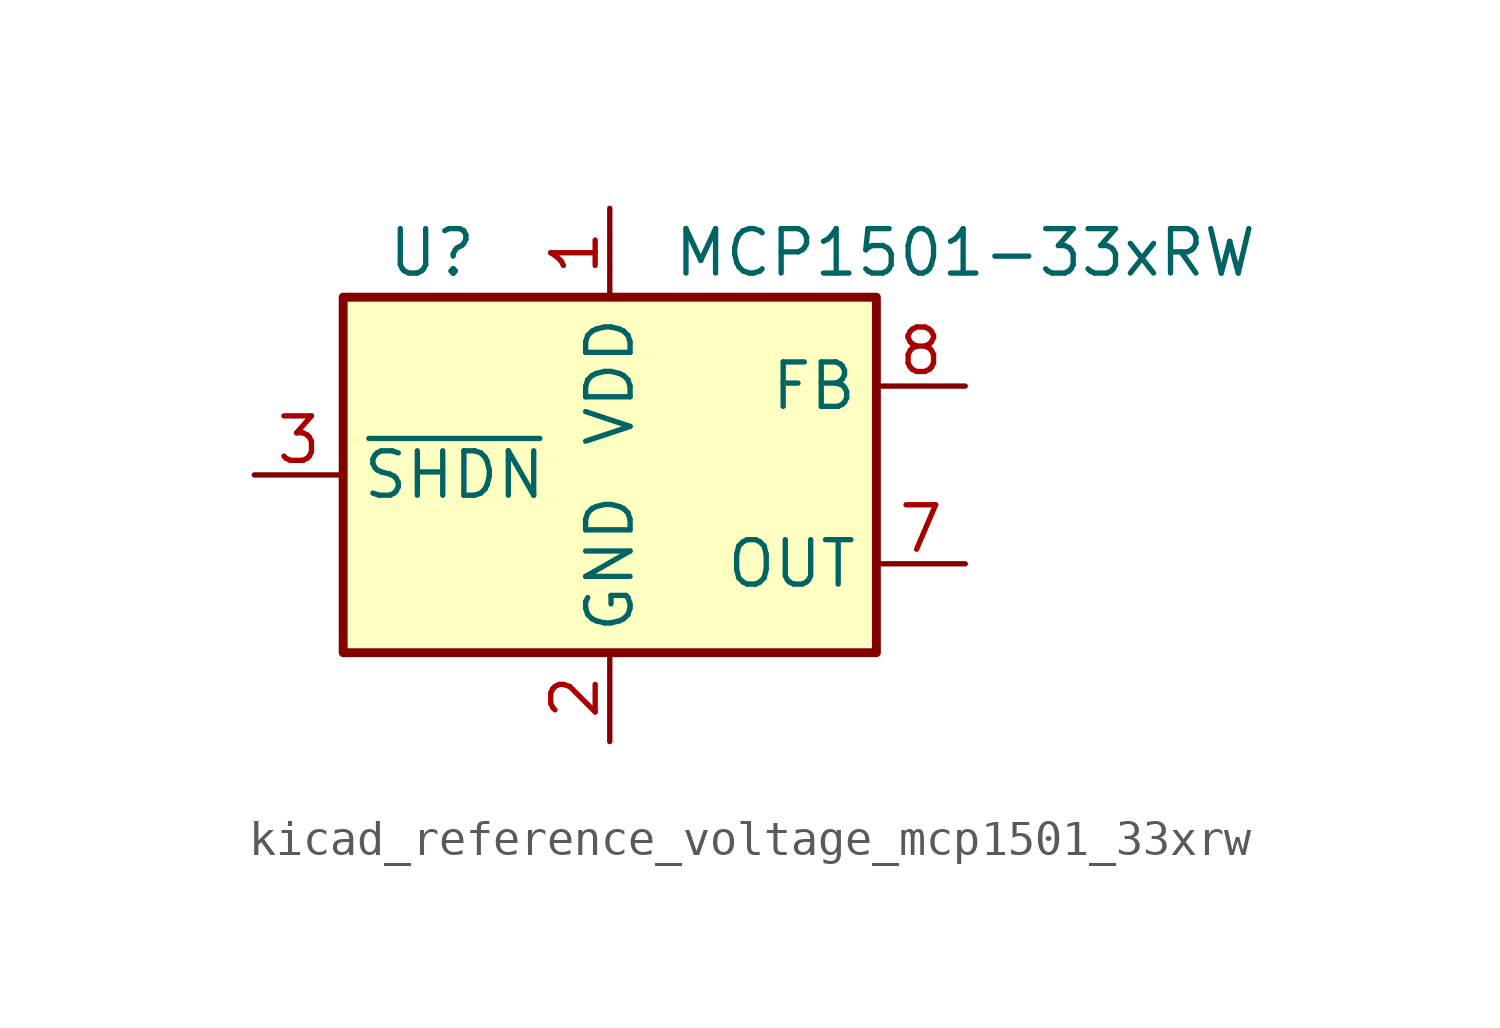
<source format=kicad_sym>
(kicad_symbol_lib
  (version 20220914)
  (generator kicad_symbol_editor)
  (symbol "kicad_reference_voltage_mcp1501_33xrw"
    (property "Reference" "U"
      (at -5.08 6.35 0)
      (effects (font (size 1.27 1.27))))
    (property "Value" "MCP1501-33xRW"
      (at 10.16 6.35 0)
      (effects (font (size 1.27 1.27))))
    (symbol "kicad_reference_voltage_mcp1501_33xrw_0_0"
      (pin power_in line (at 0 7.62 270) (length 2.54) (name "VDD" (effects (font (size 1.27 1.27)))) (number "1" (effects (font (size 1.27 1.27)))))
      (pin power_in line (at 0 -7.62 90) (length 2.54) (name "GND" (effects (font (size 1.27 1.27)))) (number "2" (effects (font (size 1.27 1.27)))))
      (pin input line (at -10.16 0 0) (length 2.54) (name "~{SHDN}" (effects (font (size 1.27 1.27)))) (number "3" (effects (font (size 1.27 1.27)))))
      (pin passive line (at 0 -7.62 90) (length 2.54) hide (name "GND" (effects (font (size 1.27 1.27)))) (number "4" (effects (font (size 1.27 1.27)))))
      (pin passive line (at 0 -7.62 90) (length 2.54) hide (name "GND" (effects (font (size 1.27 1.27)))) (number "5" (effects (font (size 1.27 1.27)))))
      (pin passive line (at 0 -7.62 90) (length 2.54) hide (name "GND" (effects (font (size 1.27 1.27)))) (number "6" (effects (font (size 1.27 1.27)))))
      (pin power_out line (at 10.16 -2.54 180) (length 2.54) (name "OUT" (effects (font (size 1.27 1.27)))) (number "7" (effects (font (size 1.27 1.27)))))
      (pin input line (at 10.16 2.54 180) (length 2.54) (name "FB" (effects (font (size 1.27 1.27)))) (number "8" (effects (font (size 1.27 1.27))))))
    (symbol "kicad_reference_voltage_mcp1501_33xrw_0_1"
      (rectangle (start -7.62 5.08) (end 7.62 -5.08) (stroke (width 0.254) (type default)) (fill (type background))))))
</source>
